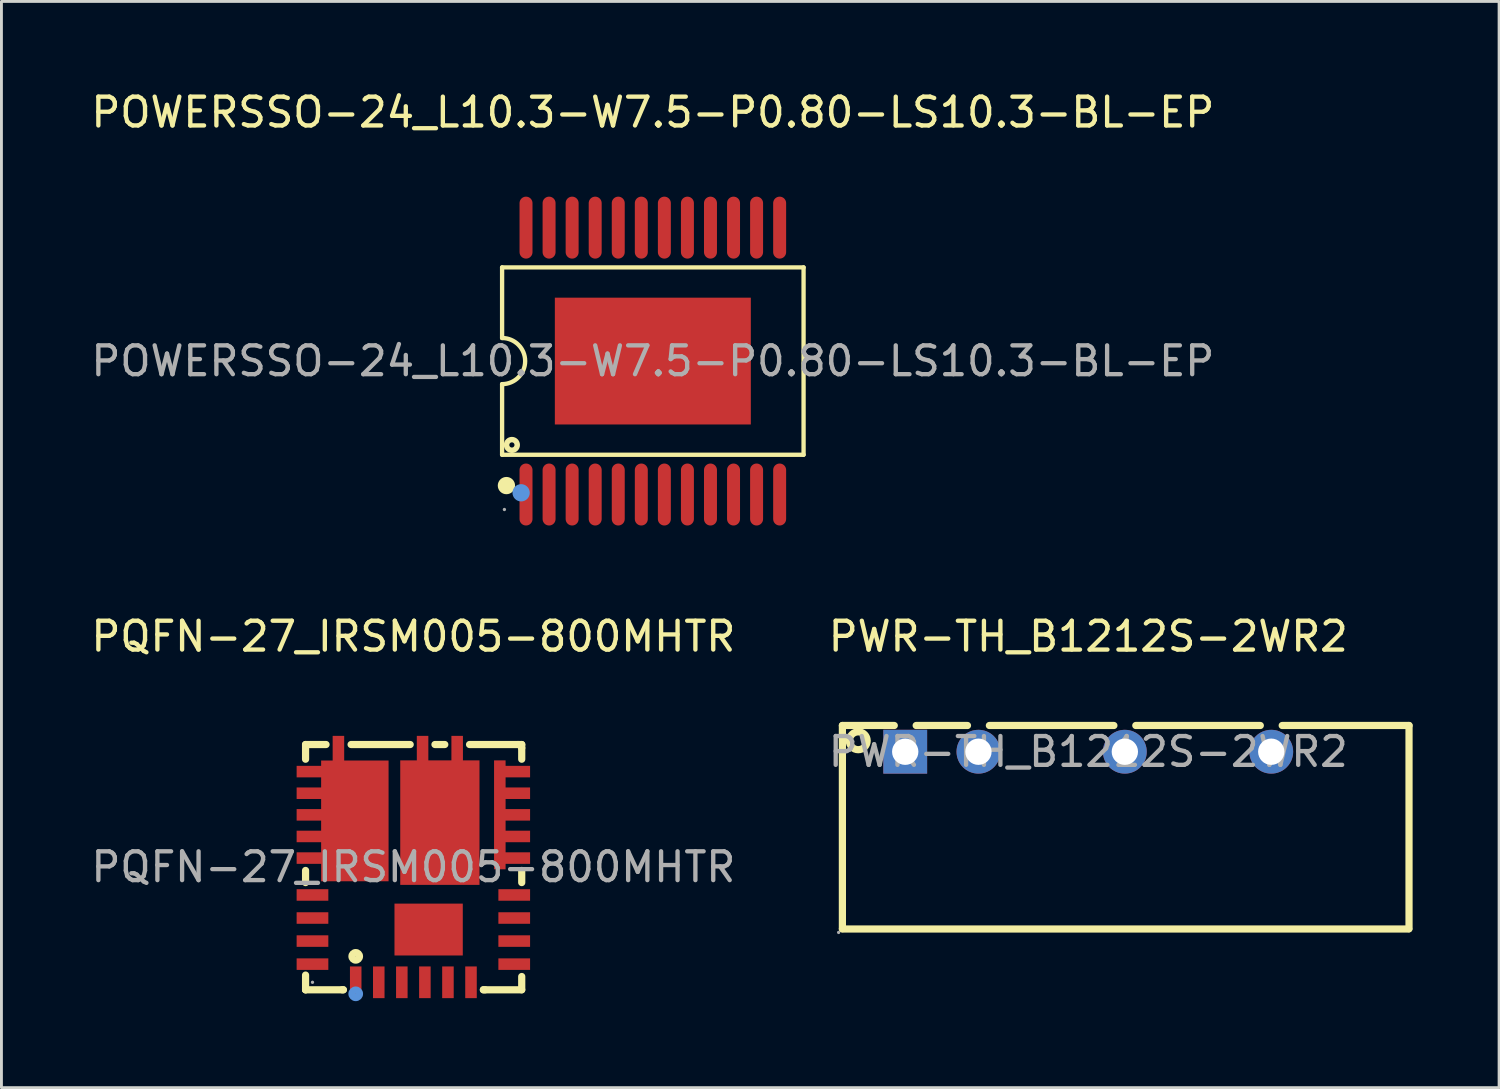
<source format=kicad_pcb>
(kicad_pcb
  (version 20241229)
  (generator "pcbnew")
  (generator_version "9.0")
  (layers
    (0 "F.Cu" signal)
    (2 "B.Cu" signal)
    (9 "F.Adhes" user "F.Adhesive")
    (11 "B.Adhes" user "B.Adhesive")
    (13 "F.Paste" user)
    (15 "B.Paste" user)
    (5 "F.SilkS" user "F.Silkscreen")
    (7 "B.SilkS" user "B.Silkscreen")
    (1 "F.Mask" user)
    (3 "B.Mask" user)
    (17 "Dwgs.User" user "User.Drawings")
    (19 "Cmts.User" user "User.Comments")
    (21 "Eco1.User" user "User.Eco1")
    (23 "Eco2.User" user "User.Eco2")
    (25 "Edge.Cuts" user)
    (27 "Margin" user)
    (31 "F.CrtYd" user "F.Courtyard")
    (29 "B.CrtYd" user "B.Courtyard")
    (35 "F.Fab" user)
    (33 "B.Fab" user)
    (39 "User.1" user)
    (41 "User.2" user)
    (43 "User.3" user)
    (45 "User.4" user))
  (footprint "PWR-TH_B1212S-2WR2"
    (layer "F.Cu")
    (at 34.708 23.032)
    (property "Reference" "PWR-TH_B1212S-2WR2" (at 0 -4 0) (layer "F.SilkS") (effects (font (size 1 1) (thickness 0.15))))
    (attr through_hole)
    (fp_line (start -8.53 -0.91) (end -8.53 6.14) (stroke (width 0.25) (type solid)) (layer "F.SilkS"))
    (fp_line (start -8.53 -0.91) (end -6.73 -0.91) (stroke (width 0.25) (type solid)) (layer "F.SilkS"))
    (fp_line (start -8.53 6.15) (end 11.12 6.15) (stroke (width 0.25) (type solid)) (layer "F.SilkS"))
    (fp_line (start -5.97 -0.91) (end -4.19 -0.91) (stroke (width 0.25) (type solid)) (layer "F.SilkS"))
    (fp_line (start -3.43 -0.91) (end 0.89 -0.91) (stroke (width 0.25) (type solid)) (layer "F.SilkS"))
    (fp_line (start 1.65 -0.91) (end 5.97 -0.91) (stroke (width 0.25) (type solid)) (layer "F.SilkS"))
    (fp_line (start 6.73 -0.91) (end 11.13 -0.91) (stroke (width 0.25) (type solid)) (layer "F.SilkS"))
    (fp_line (start 11.13 -0.91) (end 11.13 6.14) (stroke (width 0.25) (type solid)) (layer "F.SilkS"))
    (fp_circle (center -7.98 -0.38) (end -7.67 -0.38) (stroke (width 0.25) (type solid)) (fill no) (layer "F.SilkS"))
    (fp_circle (center -8.66 6.27) (end -8.63 6.27) (stroke (width 0.06) (type solid)) (fill no) (layer "F.Fab"))
    (fp_circle (center -6.35 0) (end -6.17 0) (stroke (width 0.36) (type solid)) (fill no) (layer "F.Fab"))
    (fp_circle (center -3.81 0) (end -3.63 0) (stroke (width 0.36) (type solid)) (fill no) (layer "F.Fab"))
    (fp_circle (center 1.27 0) (end 1.45 0) (stroke (width 0.36) (type solid)) (fill no) (layer "F.Fab"))
    (fp_circle (center 6.35 0) (end 6.53 0) (stroke (width 0.36) (type solid)) (fill no) (layer "F.Fab"))
    (fp_text user "${REFERENCE}" (at 0 0 0) (layer "F.Fab") (effects (font (size 1 1) (thickness 0.15))))
    (pad "1" thru_hole rect (at -6.35 0) (size 1.52 1.52) (drill 0.914) (layers "*.Cu" "*.Paste" "*.Mask"))
    (pad "2" thru_hole circle (at -3.81 0) (size 1.52 1.52) (drill 0.914) (layers "*.Cu" "*.Paste" "*.Mask"))
    (pad "4" thru_hole circle (at 1.27 0) (size 1.52 1.52) (drill 0.914) (layers "*.Cu" "*.Paste" "*.Mask"))
    (pad "6" thru_hole circle (at 6.35 0) (size 1.52 1.52) (drill 0.914) (layers "*.Cu" "*.Paste" "*.Mask")))
  (footprint "PQFN-27_IRSM005-800MHTR"
    (layer "F.Cu")
    (at 11.292 27.032)
    (property "Reference" "PQFN-27_IRSM005-800MHTR" (at 0 -8 0) (layer "F.SilkS") (effects (font (size 1 1) (thickness 0.15))))
    (attr through_hole)
    (fp_line (start -3.74 -4.25) (end -3.74 -3.74) (stroke (width 0.25) (type solid)) (layer "F.SilkS"))
    (fp_line (start -3.74 0.54) (end -3.74 0.12) (stroke (width 0.25) (type solid)) (layer "F.SilkS"))
    (fp_line (start -3.74 3.75) (end -3.74 4.26) (stroke (width 0.25) (type solid)) (layer "F.SilkS"))
    (fp_line (start -3.74 4.26) (end -3.74 4.26) (stroke (width 0.25) (type solid)) (layer "F.SilkS"))
    (fp_line (start -3.74 4.26) (end -2.43 4.26) (stroke (width 0.25) (type solid)) (layer "F.SilkS"))
    (fp_line (start -3.03 -4.25) (end -3.74 -4.25) (stroke (width 0.25) (type solid)) (layer "F.SilkS"))
    (fp_line (start -2.43 4.26) (end -2.47 4.26) (stroke (width 0.25) (type solid)) (layer "F.SilkS"))
    (fp_line (start -0.11 -4.25) (end -2.16 -4.25) (stroke (width 0.25) (type solid)) (layer "F.SilkS"))
    (fp_line (start 1.09 -4.25) (end 0.75 -4.25) (stroke (width 0.25) (type solid)) (layer "F.SilkS"))
    (fp_line (start 2.43 4.26) (end 3.76 4.26) (stroke (width 0.25) (type solid)) (layer "F.SilkS"))
    (fp_line (start 2.49 4.26) (end 2.43 4.26) (stroke (width 0.25) (type solid)) (layer "F.SilkS"))
    (fp_line (start 3.63 -4.25) (end 1.95 -4.25) (stroke (width 0.25) (type solid)) (layer "F.SilkS"))
    (fp_line (start 3.76 -4.25) (end 3.63 -4.25) (stroke (width 0.25) (type solid)) (layer "F.SilkS"))
    (fp_line (start 3.76 -4.13) (end 3.76 -4.25) (stroke (width 0.25) (type solid)) (layer "F.SilkS"))
    (fp_line (start 3.76 -3.74) (end 3.76 -4.13) (stroke (width 0.25) (type solid)) (layer "F.SilkS"))
    (fp_line (start 3.76 0.54) (end 3.76 0.12) (stroke (width 0.25) (type solid)) (layer "F.SilkS"))
    (fp_line (start 3.76 4.26) (end 3.76 3.8) (stroke (width 0.25) (type solid)) (layer "F.SilkS"))
    (fp_circle (center -2 3.1) (end -1.87 3.1) (stroke (width 0.25) (type solid)) (fill no) (layer "F.SilkS"))
    (fp_circle (center -2 4.4) (end -1.87 4.4) (stroke (width 0.25) (type solid)) (fill no) (layer "Cmts.User"))
    (fp_circle (center -3.5 4) (end -3.47 4) (stroke (width 0.06) (type solid)) (fill no) (layer "F.Fab"))
    (fp_text user "${REFERENCE}" (at 0 0 0) (layer "F.Fab") (effects (font (size 1 1) (thickness 0.15))))
    (pad "1" smd rect (at -2 4) (size 0.4 1.1) (layers "F.Cu" "F.Mask" "F.Paste"))
    (pad "2" smd rect (at -1.2 4) (size 0.4 1.1) (layers "F.Cu" "F.Mask" "F.Paste"))
    (pad "3" smd rect (at -0.4 4) (size 0.4 1.1) (layers "F.Cu" "F.Mask" "F.Paste"))
    (pad "4" smd rect (at 0.4 4) (size 0.4 1.1) (layers "F.Cu" "F.Mask" "F.Paste"))
    (pad "5" smd rect (at 1.2 4) (size 0.4 1.1) (layers "F.Cu" "F.Mask" "F.Paste"))
    (pad "6" smd rect (at 2 4) (size 0.4 1.1) (layers "F.Cu" "F.Mask" "F.Paste"))
    (pad "7" smd rect (at 3.5 3.37 270) (size 0.4 1.1) (layers "F.Cu" "F.Mask" "F.Paste"))
    (pad "8" smd rect (at 3.5 2.57 270) (size 0.4 1.1) (layers "F.Cu" "F.Mask" "F.Paste"))
    (pad "9" smd rect (at 3.5 1.77 270) (size 0.4 1.1) (layers "F.Cu" "F.Mask" "F.Paste"))
    (pad "10" smd rect (at 3.5 0.97 270) (size 0.4 1.1) (layers "F.Cu" "F.Mask" "F.Paste"))
    (pad "11" smd rect (at 3.5 -0.31 270) (size 0.4 1.1) (layers "F.Cu" "F.Mask" "F.Paste"))
    (pad "12" smd rect (at 3.5 -1.06 270) (size 0.4 1.1) (layers "F.Cu" "F.Mask" "F.Paste"))
    (pad "13" smd rect (at 3.5 -1.81 270) (size 0.4 1.1) (layers "F.Cu" "F.Mask" "F.Paste"))
    (pad "14" smd rect (at 3.5 -2.56 270) (size 0.4 1.1) (layers "F.Cu" "F.Mask" "F.Paste"))
    (pad "15" smd rect (at 3 -1.81) (size 0.4 3.78) (layers "F.Cu" "F.Mask" "F.Paste"))
    (pad "15" smd rect (at 3.5 -3.31 270) (size 0.4 1.1) (layers "F.Cu" "F.Mask" "F.Paste"))
    (pad "16" smd rect (at 1.52 -4) (size 0.4 1.1) (layers "F.Cu" "F.Mask" "F.Paste"))
    (pad "17" smd rect (at 0.32 -4) (size 0.4 1.1) (layers "F.Cu" "F.Mask" "F.Paste"))
    (pad "17" smd rect (at 0.92 -1.54 180) (size 2.75 4.32) (layers "F.Cu" "F.Mask" "F.Paste"))
    (pad "18" smd rect (at -2.6 -4) (size 0.4 1.1) (layers "F.Cu" "F.Mask" "F.Paste"))
    (pad "19" smd rect (at -3.5 -3.31 90) (size 0.4 1.1) (layers "F.Cu" "F.Mask" "F.Paste"))
    (pad "20" smd rect (at -3.5 -2.56 90) (size 0.4 1.1) (layers "F.Cu" "F.Mask" "F.Paste"))
    (pad "21" smd rect (at -3.5 -1.81 90) (size 0.4 1.1) (layers "F.Cu" "F.Mask" "F.Paste"))
    (pad "22" smd rect (at -3.5 -1.06 90) (size 0.4 1.1) (layers "F.Cu" "F.Mask" "F.Paste"))
    (pad "23" smd rect (at -3.5 -0.31 90) (size 0.4 1.1) (layers "F.Cu" "F.Mask" "F.Paste"))
    (pad "23" smd rect (at -2.03 -1.6 180) (size 2.34 4.19) (layers "F.Cu" "F.Mask" "F.Paste"))
    (pad "24" smd rect (at -3.5 0.97 90) (size 0.4 1.1) (layers "F.Cu" "F.Mask" "F.Paste"))
    (pad "25" smd rect (at -3.5 1.77 90) (size 0.4 1.1) (layers "F.Cu" "F.Mask" "F.Paste"))
    (pad "26" smd rect (at -3.5 2.57 90) (size 0.4 1.1) (layers "F.Cu" "F.Mask" "F.Paste"))
    (pad "27" smd rect (at -3.5 3.37 90) (size 0.4 1.1) (layers "F.Cu" "F.Mask" "F.Paste"))
    (pad "28" smd rect (at 0.53 2.17 180) (size 2.37 1.8) (layers "F.Cu" "F.Mask" "F.Paste")))
  (footprint "POWERSSO-24_L10.3-W7.5-P0.80-LS10.3-BL-EP"
    (layer "F.Cu")
    (at 19.601 9.478)
    (property "Reference" "POWERSSO-24_L10.3-W7.5-P0.80-LS10.3-BL-EP" (at 0 -8.63 0) (layer "F.SilkS") (effects (font (size 1 1) (thickness 0.15))))
    (attr through_hole)
    (fp_line (start -5.23 -3.25) (end 5.23 -3.25) (stroke (width 0.15) (type solid)) (layer "F.SilkS"))
    (fp_line (start -5.23 -0.8) (end -5.23 -3.25) (stroke (width 0.15) (type solid)) (layer "F.SilkS"))
    (fp_line (start -5.23 0.8) (end -5.23 3.25) (stroke (width 0.15) (type solid)) (layer "F.SilkS"))
    (fp_line (start 5.23 -3.25) (end 5.23 3.25) (stroke (width 0.15) (type solid)) (layer "F.SilkS"))
    (fp_line (start 5.23 3.25) (end -5.23 3.25) (stroke (width 0.15) (type solid)) (layer "F.SilkS"))
    (fp_arc (start -5.23 -0.8) (mid -4.43 0) (end -5.23 0.8) (stroke (width 0.15) (type solid)) (layer "F.SilkS"))
    (fp_circle (center -5.08 4.32) (end -4.93 4.32) (stroke (width 0.3) (type solid)) (fill no) (layer "F.SilkS"))
    (fp_circle (center -4.89 2.91) (end -4.8 2.91) (stroke (width 0.19) (type solid)) (fill no) (layer "F.SilkS"))
    (fp_circle (center -4.57 4.57) (end -4.42 4.57) (stroke (width 0.3) (type solid)) (fill no) (layer "Cmts.User"))
    (fp_circle (center -5.15 5.15) (end -5.12 5.15) (stroke (width 0.06) (type solid)) (fill no) (layer "F.Fab"))
    (fp_text user "${REFERENCE}" (at 0 0 0) (layer "F.Fab") (effects (font (size 1 1) (thickness 0.15))))
    (pad "1" smd oval (at -4.4 4.63) (size 0.45 2.15) (layers "F.Cu" "F.Mask" "F.Paste"))
    (pad "2" smd oval (at -3.6 4.63) (size 0.45 2.15) (layers "F.Cu" "F.Mask" "F.Paste"))
    (pad "3" smd oval (at -2.8 4.63) (size 0.45 2.15) (layers "F.Cu" "F.Mask" "F.Paste"))
    (pad "4" smd oval (at -2 4.63) (size 0.45 2.15) (layers "F.Cu" "F.Mask" "F.Paste"))
    (pad "5" smd oval (at -1.2 4.63) (size 0.45 2.15) (layers "F.Cu" "F.Mask" "F.Paste"))
    (pad "6" smd oval (at -0.4 4.63) (size 0.45 2.15) (layers "F.Cu" "F.Mask" "F.Paste"))
    (pad "7" smd oval (at 0.4 4.63) (size 0.45 2.15) (layers "F.Cu" "F.Mask" "F.Paste"))
    (pad "8" smd oval (at 1.2 4.63) (size 0.45 2.15) (layers "F.Cu" "F.Mask" "F.Paste"))
    (pad "9" smd oval (at 2 4.63) (size 0.45 2.15) (layers "F.Cu" "F.Mask" "F.Paste"))
    (pad "10" smd oval (at 2.8 4.63) (size 0.45 2.15) (layers "F.Cu" "F.Mask" "F.Paste"))
    (pad "11" smd oval (at 3.6 4.63) (size 0.45 2.15) (layers "F.Cu" "F.Mask" "F.Paste"))
    (pad "12" smd oval (at 4.4 4.63) (size 0.45 2.15) (layers "F.Cu" "F.Mask" "F.Paste"))
    (pad "13" smd oval (at 4.4 -4.63) (size 0.45 2.15) (layers "F.Cu" "F.Mask" "F.Paste"))
    (pad "14" smd oval (at 3.6 -4.63) (size 0.45 2.15) (layers "F.Cu" "F.Mask" "F.Paste"))
    (pad "15" smd oval (at 2.8 -4.63) (size 0.45 2.15) (layers "F.Cu" "F.Mask" "F.Paste"))
    (pad "16" smd oval (at 2 -4.63) (size 0.45 2.15) (layers "F.Cu" "F.Mask" "F.Paste"))
    (pad "17" smd oval (at 1.2 -4.63) (size 0.45 2.15) (layers "F.Cu" "F.Mask" "F.Paste"))
    (pad "18" smd oval (at 0.4 -4.63) (size 0.45 2.15) (layers "F.Cu" "F.Mask" "F.Paste"))
    (pad "19" smd oval (at -0.4 -4.63) (size 0.45 2.15) (layers "F.Cu" "F.Mask" "F.Paste"))
    (pad "20" smd oval (at -1.2 -4.63) (size 0.45 2.15) (layers "F.Cu" "F.Mask" "F.Paste"))
    (pad "21" smd oval (at -2 -4.63) (size 0.45 2.15) (layers "F.Cu" "F.Mask" "F.Paste"))
    (pad "22" smd oval (at -2.8 -4.63) (size 0.45 2.15) (layers "F.Cu" "F.Mask" "F.Paste"))
    (pad "23" smd oval (at -3.6 -4.63) (size 0.45 2.15) (layers "F.Cu" "F.Mask" "F.Paste"))
    (pad "24" smd oval (at -4.4 -4.63) (size 0.45 2.15) (layers "F.Cu" "F.Mask" "F.Paste"))
    (pad "25" smd rect (at 0 0) (size 6.8 4.4) (layers "F.Cu" "F.Mask" "F.Paste")))
  (gr_rect
    (start -3 -3)
    (end 48.963 34.687)
    (stroke (width 0.1) (type default))
    (fill no)
    (layer "Edge.Cuts")))
</source>
